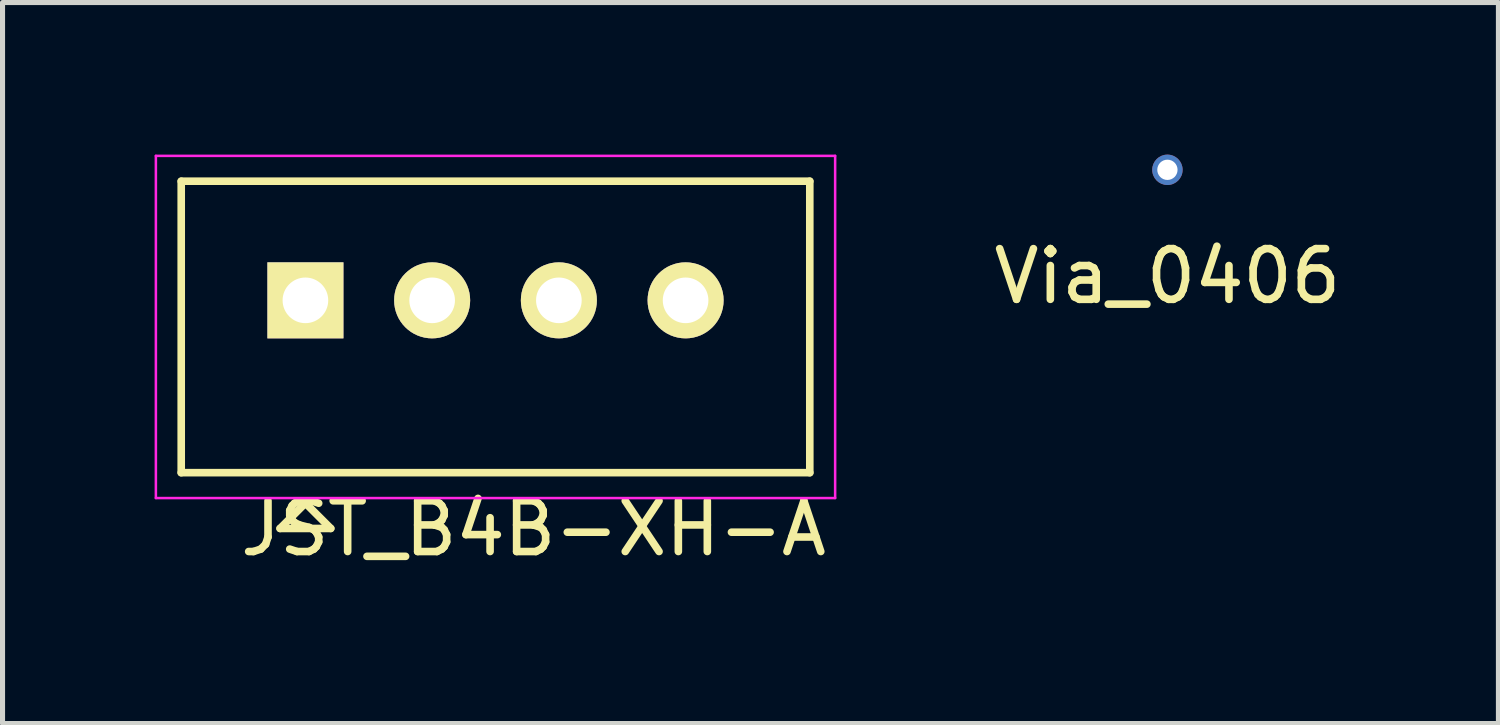
<source format=kicad_pcb>
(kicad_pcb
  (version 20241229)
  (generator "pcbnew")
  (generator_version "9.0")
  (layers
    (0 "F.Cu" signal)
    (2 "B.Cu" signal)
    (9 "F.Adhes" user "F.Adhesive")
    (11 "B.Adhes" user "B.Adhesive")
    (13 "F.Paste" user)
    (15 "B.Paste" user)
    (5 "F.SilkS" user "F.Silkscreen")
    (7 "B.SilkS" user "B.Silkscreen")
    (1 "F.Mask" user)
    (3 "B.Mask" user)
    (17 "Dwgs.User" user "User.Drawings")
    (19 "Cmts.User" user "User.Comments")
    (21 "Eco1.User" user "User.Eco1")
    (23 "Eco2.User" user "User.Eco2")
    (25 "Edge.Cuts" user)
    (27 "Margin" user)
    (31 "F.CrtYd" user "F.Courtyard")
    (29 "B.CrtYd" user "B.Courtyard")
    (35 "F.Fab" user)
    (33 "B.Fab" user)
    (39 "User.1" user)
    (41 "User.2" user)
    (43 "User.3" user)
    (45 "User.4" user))
  (footprint "JST_B4B-XH-A"
    (layer "F.Cu")
    (at 2.975 2.875)
    (property "Reference" "JST_B4B-XH-A" (at 4.5 4.5 0) (layer "F.SilkS") (effects (font (size 1 1) (thickness 0.15))))
    (attr through_hole)
    (fp_line (start -2.45 -2.35) (end -2.45 3.4) (stroke (width 0.15) (type solid)) (layer "F.SilkS"))
    (fp_line (start -2.45 -2.35) (end 9.95 -2.35) (stroke (width 0.15) (type solid)) (layer "F.SilkS"))
    (fp_line (start -2.45 3.4) (end 9.95 3.4) (stroke (width 0.15) (type solid)) (layer "F.SilkS"))
    (fp_line (start -0.5 4.5) (end 0.5 4.5) (stroke (width 0.15) (type solid)) (layer "F.SilkS"))
    (fp_line (start 0 4) (end -0.5 4.5) (stroke (width 0.15) (type solid)) (layer "F.SilkS"))
    (fp_line (start 0 4) (end 0.5 4.5) (stroke (width 0.15) (type solid)) (layer "F.SilkS"))
    (fp_line (start 9.95 -2.35) (end 9.95 3.4) (stroke (width 0.15) (type solid)) (layer "F.SilkS"))
    (fp_line (start -2.95 -2.85) (end -2.95 3.9) (stroke (width 0.05) (type solid)) (layer "F.CrtYd"))
    (fp_line (start -2.95 -2.85) (end 10.45 -2.85) (stroke (width 0.05) (type solid)) (layer "F.CrtYd"))
    (fp_line (start -2.95 3.9) (end 10.45 3.9) (stroke (width 0.05) (type solid)) (layer "F.CrtYd"))
    (fp_line (start 10.45 -2.85) (end 10.45 3.9) (stroke (width 0.05) (type solid)) (layer "F.CrtYd"))
    (pad "1" thru_hole rect (at 0 0) (size 1.5 1.5) (drill 0.9) (layers "*.Cu" "*.Mask" "F.SilkS"))
    (pad "2" thru_hole circle (at 2.5 0) (size 1.5 1.5) (drill 0.9) (layers "*.Cu" "*.Mask" "F.SilkS"))
    (pad "3" thru_hole circle (at 5 0) (size 1.5 1.5) (drill 0.9) (layers "*.Cu" "*.Mask" "F.SilkS"))
    (pad "4" thru_hole circle (at 7.5 0) (size 1.5 1.5) (drill 0.9) (layers "*.Cu" "*.Mask" "F.SilkS")))
  (footprint "Via_0406"
    (layer "F.Cu")
    (at 19.98 0.3)
    (property "Reference" "Via_0406" (at 0 2.1 0) (layer "F.SilkS") (effects (font (size 1 1) (thickness 0.15))))
    (attr through_hole)
    (pad "1" thru_hole circle (at 0 0) (size 0.6 0.6) (drill 0.4) (layers "*.Cu")))
  (gr_rect
    (start -3 -3)
    (end 26.51 11.223)
    (stroke (width 0.1) (type default))
    (fill no)
    (layer "Edge.Cuts")))
</source>
